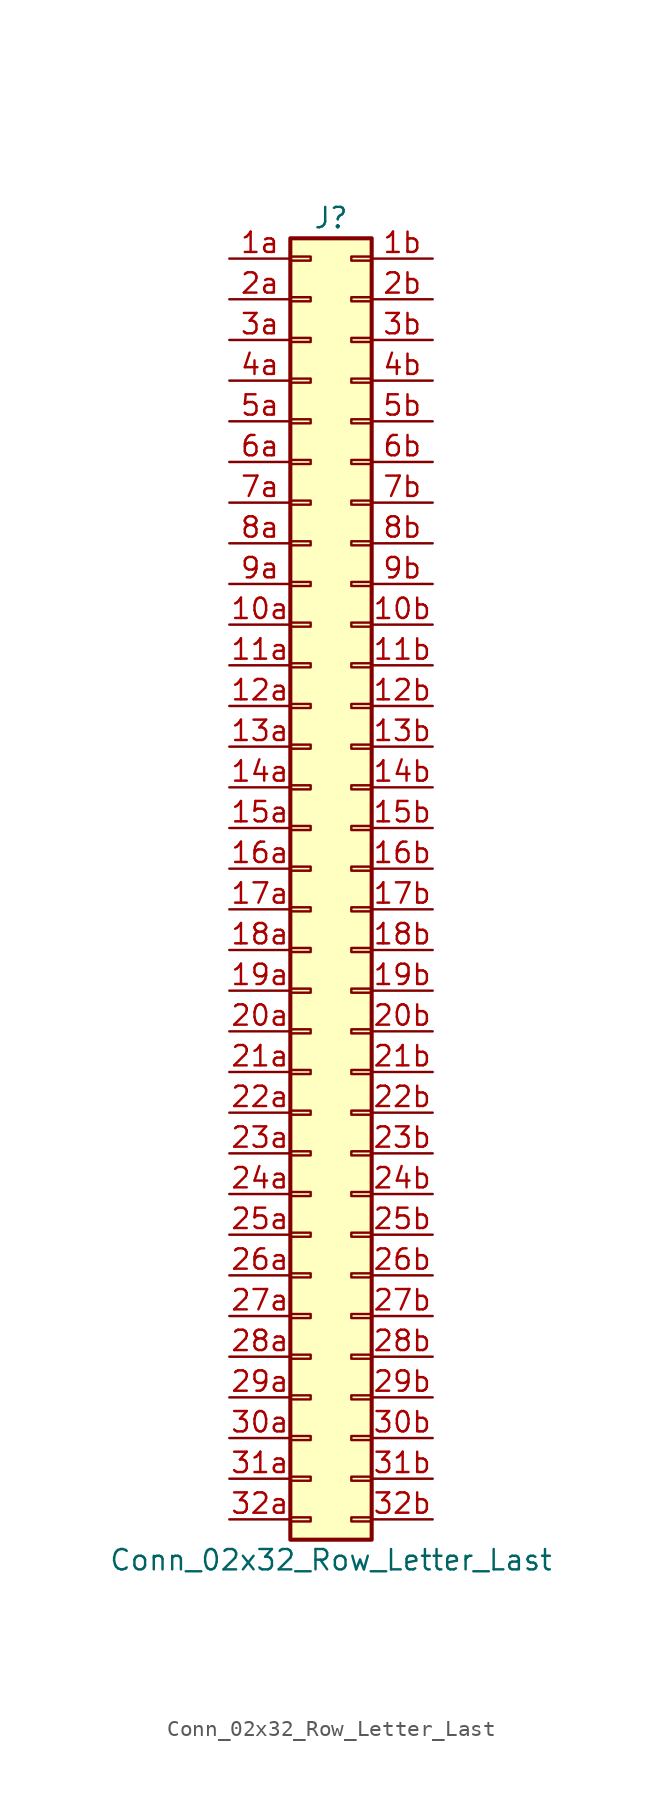
<source format=kicad_sym>
(kicad_symbol_lib
  (version 20201005)
  (generator kicad_symbol_editor)
  (symbol "Conn_02x32_Row_Letter_Last"
    (pin_names
      (offset 1.016) hide)
    (property "Reference" "J"
      (at 1.27 40.64 0)
      (effects (font (size 1.27 1.27))))
    (property "Value" "Conn_02x32_Row_Letter_Last"
      (at 1.27 -43.18 0)
      (effects (font (size 1.27 1.27))))
    (symbol "Conn_02x32_Row_Letter_Last_1_1"
      (rectangle (start -1.27 -40.513) (end 0 -40.767) (stroke (width 0.152)) (fill (type none)))
      (rectangle (start -1.27 -37.973) (end 0 -38.227) (stroke (width 0.152)) (fill (type none)))
      (rectangle (start -1.27 -35.433) (end 0 -35.687) (stroke (width 0.152)) (fill (type none)))
      (rectangle (start -1.27 -32.893) (end 0 -33.147) (stroke (width 0.152)) (fill (type none)))
      (rectangle (start -1.27 -30.353) (end 0 -30.607) (stroke (width 0.152)) (fill (type none)))
      (rectangle (start -1.27 -27.813) (end 0 -28.067) (stroke (width 0.152)) (fill (type none)))
      (rectangle (start -1.27 -25.273) (end 0 -25.527) (stroke (width 0.152)) (fill (type none)))
      (rectangle (start -1.27 -22.733) (end 0 -22.987) (stroke (width 0.152)) (fill (type none)))
      (rectangle (start -1.27 -20.193) (end 0 -20.447) (stroke (width 0.152)) (fill (type none)))
      (rectangle (start -1.27 -17.653) (end 0 -17.907) (stroke (width 0.152)) (fill (type none)))
      (rectangle (start -1.27 -15.113) (end 0 -15.367) (stroke (width 0.152)) (fill (type none)))
      (rectangle (start -1.27 -12.573) (end 0 -12.827) (stroke (width 0.152)) (fill (type none)))
      (rectangle (start -1.27 -10.033) (end 0 -10.287) (stroke (width 0.152)) (fill (type none)))
      (rectangle (start -1.27 -7.493) (end 0 -7.747) (stroke (width 0.152)) (fill (type none)))
      (rectangle (start -1.27 -4.953) (end 0 -5.207) (stroke (width 0.152)) (fill (type none)))
      (rectangle (start -1.27 -2.413) (end 0 -2.667) (stroke (width 0.152)) (fill (type none)))
      (rectangle (start -1.27 0.127) (end 0 -0.127) (stroke (width 0.152)) (fill (type none)))
      (rectangle (start -1.27 2.667) (end 0 2.413) (stroke (width 0.152)) (fill (type none)))
      (rectangle (start -1.27 5.207) (end 0 4.953) (stroke (width 0.152)) (fill (type none)))
      (rectangle (start -1.27 7.747) (end 0 7.493) (stroke (width 0.152)) (fill (type none)))
      (rectangle (start -1.27 10.287) (end 0 10.033) (stroke (width 0.152)) (fill (type none)))
      (rectangle (start -1.27 12.827) (end 0 12.573) (stroke (width 0.152)) (fill (type none)))
      (rectangle (start -1.27 15.367) (end 0 15.113) (stroke (width 0.152)) (fill (type none)))
      (rectangle (start -1.27 17.907) (end 0 17.653) (stroke (width 0.152)) (fill (type none)))
      (rectangle (start -1.27 20.447) (end 0 20.193) (stroke (width 0.152)) (fill (type none)))
      (rectangle (start -1.27 22.987) (end 0 22.733) (stroke (width 0.152)) (fill (type none)))
      (rectangle (start -1.27 25.527) (end 0 25.273) (stroke (width 0.152)) (fill (type none)))
      (rectangle (start -1.27 28.067) (end 0 27.813) (stroke (width 0.152)) (fill (type none)))
      (rectangle (start -1.27 30.607) (end 0 30.353) (stroke (width 0.152)) (fill (type none)))
      (rectangle (start -1.27 33.147) (end 0 32.893) (stroke (width 0.152)) (fill (type none)))
      (rectangle (start -1.27 35.687) (end 0 35.433) (stroke (width 0.152)) (fill (type none)))
      (rectangle (start -1.27 38.227) (end 0 37.973) (stroke (width 0.152)) (fill (type none)))
      (rectangle (start 3.81 -40.513) (end 2.54 -40.767) (stroke (width 0.152)) (fill (type none)))
      (rectangle (start 3.81 -37.973) (end 2.54 -38.227) (stroke (width 0.152)) (fill (type none)))
      (rectangle (start 3.81 -35.433) (end 2.54 -35.687) (stroke (width 0.152)) (fill (type none)))
      (rectangle (start 3.81 -32.893) (end 2.54 -33.147) (stroke (width 0.152)) (fill (type none)))
      (rectangle (start 3.81 -30.353) (end 2.54 -30.607) (stroke (width 0.152)) (fill (type none)))
      (rectangle (start 3.81 -27.813) (end 2.54 -28.067) (stroke (width 0.152)) (fill (type none)))
      (rectangle (start 3.81 -25.273) (end 2.54 -25.527) (stroke (width 0.152)) (fill (type none)))
      (rectangle (start 3.81 -22.733) (end 2.54 -22.987) (stroke (width 0.152)) (fill (type none)))
      (rectangle (start 3.81 -20.193) (end 2.54 -20.447) (stroke (width 0.152)) (fill (type none)))
      (rectangle (start 3.81 -17.653) (end 2.54 -17.907) (stroke (width 0.152)) (fill (type none)))
      (rectangle (start 3.81 -15.113) (end 2.54 -15.367) (stroke (width 0.152)) (fill (type none)))
      (rectangle (start 3.81 -12.573) (end 2.54 -12.827) (stroke (width 0.152)) (fill (type none)))
      (rectangle (start 3.81 -10.033) (end 2.54 -10.287) (stroke (width 0.152)) (fill (type none)))
      (rectangle (start 3.81 -7.493) (end 2.54 -7.747) (stroke (width 0.152)) (fill (type none)))
      (rectangle (start 3.81 -4.953) (end 2.54 -5.207) (stroke (width 0.152)) (fill (type none)))
      (rectangle (start 3.81 -2.413) (end 2.54 -2.667) (stroke (width 0.152)) (fill (type none)))
      (rectangle (start 3.81 0.127) (end 2.54 -0.127) (stroke (width 0.152)) (fill (type none)))
      (rectangle (start 3.81 2.667) (end 2.54 2.413) (stroke (width 0.152)) (fill (type none)))
      (rectangle (start 3.81 5.207) (end 2.54 4.953) (stroke (width 0.152)) (fill (type none)))
      (rectangle (start 3.81 7.747) (end 2.54 7.493) (stroke (width 0.152)) (fill (type none)))
      (rectangle (start 3.81 10.287) (end 2.54 10.033) (stroke (width 0.152)) (fill (type none)))
      (rectangle (start 3.81 12.827) (end 2.54 12.573) (stroke (width 0.152)) (fill (type none)))
      (rectangle (start 3.81 15.367) (end 2.54 15.113) (stroke (width 0.152)) (fill (type none)))
      (rectangle (start 3.81 17.907) (end 2.54 17.653) (stroke (width 0.152)) (fill (type none)))
      (rectangle (start 3.81 20.447) (end 2.54 20.193) (stroke (width 0.152)) (fill (type none)))
      (rectangle (start 3.81 22.987) (end 2.54 22.733) (stroke (width 0.152)) (fill (type none)))
      (rectangle (start 3.81 25.527) (end 2.54 25.273) (stroke (width 0.152)) (fill (type none)))
      (rectangle (start 3.81 28.067) (end 2.54 27.813) (stroke (width 0.152)) (fill (type none)))
      (rectangle (start 3.81 30.607) (end 2.54 30.353) (stroke (width 0.152)) (fill (type none)))
      (rectangle (start 3.81 33.147) (end 2.54 32.893) (stroke (width 0.152)) (fill (type none)))
      (rectangle (start 3.81 35.687) (end 2.54 35.433) (stroke (width 0.152)) (fill (type none)))
      (rectangle (start 3.81 38.227) (end 2.54 37.973) (stroke (width 0.152)) (fill (type none)))
      (rectangle (start -1.27 39.37) (end 3.81 -41.91) (stroke (width 0.254)) (fill (type background)))
      (pin passive line (at -5.08 15.24 0) (length 3.81) (name "Pin_10a" (effects (font (size 1.27 1.27)))) (number "10a" (effects (font (size 1.27 1.27)))))
      (pin passive line (at 7.62 15.24 180) (length 3.81) (name "Pin_10b" (effects (font (size 1.27 1.27)))) (number "10b" (effects (font (size 1.27 1.27)))))
      (pin passive line (at -5.08 12.7 0) (length 3.81) (name "Pin_11a" (effects (font (size 1.27 1.27)))) (number "11a" (effects (font (size 1.27 1.27)))))
      (pin passive line (at 7.62 12.7 180) (length 3.81) (name "Pin_11b" (effects (font (size 1.27 1.27)))) (number "11b" (effects (font (size 1.27 1.27)))))
      (pin passive line (at -5.08 10.16 0) (length 3.81) (name "Pin_12a" (effects (font (size 1.27 1.27)))) (number "12a" (effects (font (size 1.27 1.27)))))
      (pin passive line (at 7.62 10.16 180) (length 3.81) (name "Pin_12b" (effects (font (size 1.27 1.27)))) (number "12b" (effects (font (size 1.27 1.27)))))
      (pin passive line (at -5.08 7.62 0) (length 3.81) (name "Pin_13a" (effects (font (size 1.27 1.27)))) (number "13a" (effects (font (size 1.27 1.27)))))
      (pin passive line (at 7.62 7.62 180) (length 3.81) (name "Pin_13b" (effects (font (size 1.27 1.27)))) (number "13b" (effects (font (size 1.27 1.27)))))
      (pin passive line (at -5.08 5.08 0) (length 3.81) (name "Pin_14a" (effects (font (size 1.27 1.27)))) (number "14a" (effects (font (size 1.27 1.27)))))
      (pin passive line (at 7.62 5.08 180) (length 3.81) (name "Pin_14b" (effects (font (size 1.27 1.27)))) (number "14b" (effects (font (size 1.27 1.27)))))
      (pin passive line (at -5.08 2.54 0) (length 3.81) (name "Pin_15a" (effects (font (size 1.27 1.27)))) (number "15a" (effects (font (size 1.27 1.27)))))
      (pin passive line (at 7.62 2.54 180) (length 3.81) (name "Pin_15b" (effects (font (size 1.27 1.27)))) (number "15b" (effects (font (size 1.27 1.27)))))
      (pin passive line (at -5.08 0 0) (length 3.81) (name "Pin_16a" (effects (font (size 1.27 1.27)))) (number "16a" (effects (font (size 1.27 1.27)))))
      (pin passive line (at 7.62 0 180) (length 3.81) (name "Pin_16b" (effects (font (size 1.27 1.27)))) (number "16b" (effects (font (size 1.27 1.27)))))
      (pin passive line (at -5.08 -2.54 0) (length 3.81) (name "Pin_17a" (effects (font (size 1.27 1.27)))) (number "17a" (effects (font (size 1.27 1.27)))))
      (pin passive line (at 7.62 -2.54 180) (length 3.81) (name "Pin_17b" (effects (font (size 1.27 1.27)))) (number "17b" (effects (font (size 1.27 1.27)))))
      (pin passive line (at -5.08 -5.08 0) (length 3.81) (name "Pin_18a" (effects (font (size 1.27 1.27)))) (number "18a" (effects (font (size 1.27 1.27)))))
      (pin passive line (at 7.62 -5.08 180) (length 3.81) (name "Pin_18b" (effects (font (size 1.27 1.27)))) (number "18b" (effects (font (size 1.27 1.27)))))
      (pin passive line (at -5.08 -7.62 0) (length 3.81) (name "Pin_19a" (effects (font (size 1.27 1.27)))) (number "19a" (effects (font (size 1.27 1.27)))))
      (pin passive line (at 7.62 -7.62 180) (length 3.81) (name "Pin_19b" (effects (font (size 1.27 1.27)))) (number "19b" (effects (font (size 1.27 1.27)))))
      (pin passive line (at -5.08 38.1 0) (length 3.81) (name "Pin_1a" (effects (font (size 1.27 1.27)))) (number "1a" (effects (font (size 1.27 1.27)))))
      (pin passive line (at 7.62 38.1 180) (length 3.81) (name "Pin_1b" (effects (font (size 1.27 1.27)))) (number "1b" (effects (font (size 1.27 1.27)))))
      (pin passive line (at -5.08 -10.16 0) (length 3.81) (name "Pin_20a" (effects (font (size 1.27 1.27)))) (number "20a" (effects (font (size 1.27 1.27)))))
      (pin passive line (at 7.62 -10.16 180) (length 3.81) (name "Pin_20b" (effects (font (size 1.27 1.27)))) (number "20b" (effects (font (size 1.27 1.27)))))
      (pin passive line (at -5.08 -12.7 0) (length 3.81) (name "Pin_21a" (effects (font (size 1.27 1.27)))) (number "21a" (effects (font (size 1.27 1.27)))))
      (pin passive line (at 7.62 -12.7 180) (length 3.81) (name "Pin_21b" (effects (font (size 1.27 1.27)))) (number "21b" (effects (font (size 1.27 1.27)))))
      (pin passive line (at -5.08 -15.24 0) (length 3.81) (name "Pin_22a" (effects (font (size 1.27 1.27)))) (number "22a" (effects (font (size 1.27 1.27)))))
      (pin passive line (at 7.62 -15.24 180) (length 3.81) (name "Pin_22b" (effects (font (size 1.27 1.27)))) (number "22b" (effects (font (size 1.27 1.27)))))
      (pin passive line (at -5.08 -17.78 0) (length 3.81) (name "Pin_23a" (effects (font (size 1.27 1.27)))) (number "23a" (effects (font (size 1.27 1.27)))))
      (pin passive line (at 7.62 -17.78 180) (length 3.81) (name "Pin_23b" (effects (font (size 1.27 1.27)))) (number "23b" (effects (font (size 1.27 1.27)))))
      (pin passive line (at -5.08 -20.32 0) (length 3.81) (name "Pin_24a" (effects (font (size 1.27 1.27)))) (number "24a" (effects (font (size 1.27 1.27)))))
      (pin passive line (at 7.62 -20.32 180) (length 3.81) (name "Pin_24b" (effects (font (size 1.27 1.27)))) (number "24b" (effects (font (size 1.27 1.27)))))
      (pin passive line (at -5.08 -22.86 0) (length 3.81) (name "Pin_25a" (effects (font (size 1.27 1.27)))) (number "25a" (effects (font (size 1.27 1.27)))))
      (pin passive line (at 7.62 -22.86 180) (length 3.81) (name "Pin_25b" (effects (font (size 1.27 1.27)))) (number "25b" (effects (font (size 1.27 1.27)))))
      (pin passive line (at -5.08 -25.4 0) (length 3.81) (name "Pin_26a" (effects (font (size 1.27 1.27)))) (number "26a" (effects (font (size 1.27 1.27)))))
      (pin passive line (at 7.62 -25.4 180) (length 3.81) (name "Pin_26b" (effects (font (size 1.27 1.27)))) (number "26b" (effects (font (size 1.27 1.27)))))
      (pin passive line (at -5.08 -27.94 0) (length 3.81) (name "Pin_27a" (effects (font (size 1.27 1.27)))) (number "27a" (effects (font (size 1.27 1.27)))))
      (pin passive line (at 7.62 -27.94 180) (length 3.81) (name "Pin_27b" (effects (font (size 1.27 1.27)))) (number "27b" (effects (font (size 1.27 1.27)))))
      (pin passive line (at -5.08 -30.48 0) (length 3.81) (name "Pin_28a" (effects (font (size 1.27 1.27)))) (number "28a" (effects (font (size 1.27 1.27)))))
      (pin passive line (at 7.62 -30.48 180) (length 3.81) (name "Pin_28b" (effects (font (size 1.27 1.27)))) (number "28b" (effects (font (size 1.27 1.27)))))
      (pin passive line (at -5.08 -33.02 0) (length 3.81) (name "Pin_29a" (effects (font (size 1.27 1.27)))) (number "29a" (effects (font (size 1.27 1.27)))))
      (pin passive line (at 7.62 -33.02 180) (length 3.81) (name "Pin_29b" (effects (font (size 1.27 1.27)))) (number "29b" (effects (font (size 1.27 1.27)))))
      (pin passive line (at -5.08 35.56 0) (length 3.81) (name "Pin_2a" (effects (font (size 1.27 1.27)))) (number "2a" (effects (font (size 1.27 1.27)))))
      (pin passive line (at 7.62 35.56 180) (length 3.81) (name "Pin_2b" (effects (font (size 1.27 1.27)))) (number "2b" (effects (font (size 1.27 1.27)))))
      (pin passive line (at -5.08 -35.56 0) (length 3.81) (name "Pin_30a" (effects (font (size 1.27 1.27)))) (number "30a" (effects (font (size 1.27 1.27)))))
      (pin passive line (at 7.62 -35.56 180) (length 3.81) (name "Pin_30b" (effects (font (size 1.27 1.27)))) (number "30b" (effects (font (size 1.27 1.27)))))
      (pin passive line (at -5.08 -38.1 0) (length 3.81) (name "Pin_31a" (effects (font (size 1.27 1.27)))) (number "31a" (effects (font (size 1.27 1.27)))))
      (pin passive line (at 7.62 -38.1 180) (length 3.81) (name "Pin_31b" (effects (font (size 1.27 1.27)))) (number "31b" (effects (font (size 1.27 1.27)))))
      (pin passive line (at -5.08 -40.64 0) (length 3.81) (name "Pin_32a" (effects (font (size 1.27 1.27)))) (number "32a" (effects (font (size 1.27 1.27)))))
      (pin passive line (at 7.62 -40.64 180) (length 3.81) (name "Pin_32b" (effects (font (size 1.27 1.27)))) (number "32b" (effects (font (size 1.27 1.27)))))
      (pin passive line (at -5.08 33.02 0) (length 3.81) (name "Pin_3a" (effects (font (size 1.27 1.27)))) (number "3a" (effects (font (size 1.27 1.27)))))
      (pin passive line (at 7.62 33.02 180) (length 3.81) (name "Pin_3b" (effects (font (size 1.27 1.27)))) (number "3b" (effects (font (size 1.27 1.27)))))
      (pin passive line (at -5.08 30.48 0) (length 3.81) (name "Pin_4a" (effects (font (size 1.27 1.27)))) (number "4a" (effects (font (size 1.27 1.27)))))
      (pin passive line (at 7.62 30.48 180) (length 3.81) (name "Pin_4b" (effects (font (size 1.27 1.27)))) (number "4b" (effects (font (size 1.27 1.27)))))
      (pin passive line (at -5.08 27.94 0) (length 3.81) (name "Pin_5a" (effects (font (size 1.27 1.27)))) (number "5a" (effects (font (size 1.27 1.27)))))
      (pin passive line (at 7.62 27.94 180) (length 3.81) (name "Pin_5b" (effects (font (size 1.27 1.27)))) (number "5b" (effects (font (size 1.27 1.27)))))
      (pin passive line (at -5.08 25.4 0) (length 3.81) (name "Pin_6a" (effects (font (size 1.27 1.27)))) (number "6a" (effects (font (size 1.27 1.27)))))
      (pin passive line (at 7.62 25.4 180) (length 3.81) (name "Pin_6b" (effects (font (size 1.27 1.27)))) (number "6b" (effects (font (size 1.27 1.27)))))
      (pin passive line (at -5.08 22.86 0) (length 3.81) (name "Pin_7a" (effects (font (size 1.27 1.27)))) (number "7a" (effects (font (size 1.27 1.27)))))
      (pin passive line (at 7.62 22.86 180) (length 3.81) (name "Pin_7b" (effects (font (size 1.27 1.27)))) (number "7b" (effects (font (size 1.27 1.27)))))
      (pin passive line (at -5.08 20.32 0) (length 3.81) (name "Pin_8a" (effects (font (size 1.27 1.27)))) (number "8a" (effects (font (size 1.27 1.27)))))
      (pin passive line (at 7.62 20.32 180) (length 3.81) (name "Pin_8b" (effects (font (size 1.27 1.27)))) (number "8b" (effects (font (size 1.27 1.27)))))
      (pin passive line (at -5.08 17.78 0) (length 3.81) (name "Pin_9a" (effects (font (size 1.27 1.27)))) (number "9a" (effects (font (size 1.27 1.27)))))
      (pin passive line (at 7.62 17.78 180) (length 3.81) (name "Pin_9b" (effects (font (size 1.27 1.27)))) (number "9b" (effects (font (size 1.27 1.27))))))))
</source>
